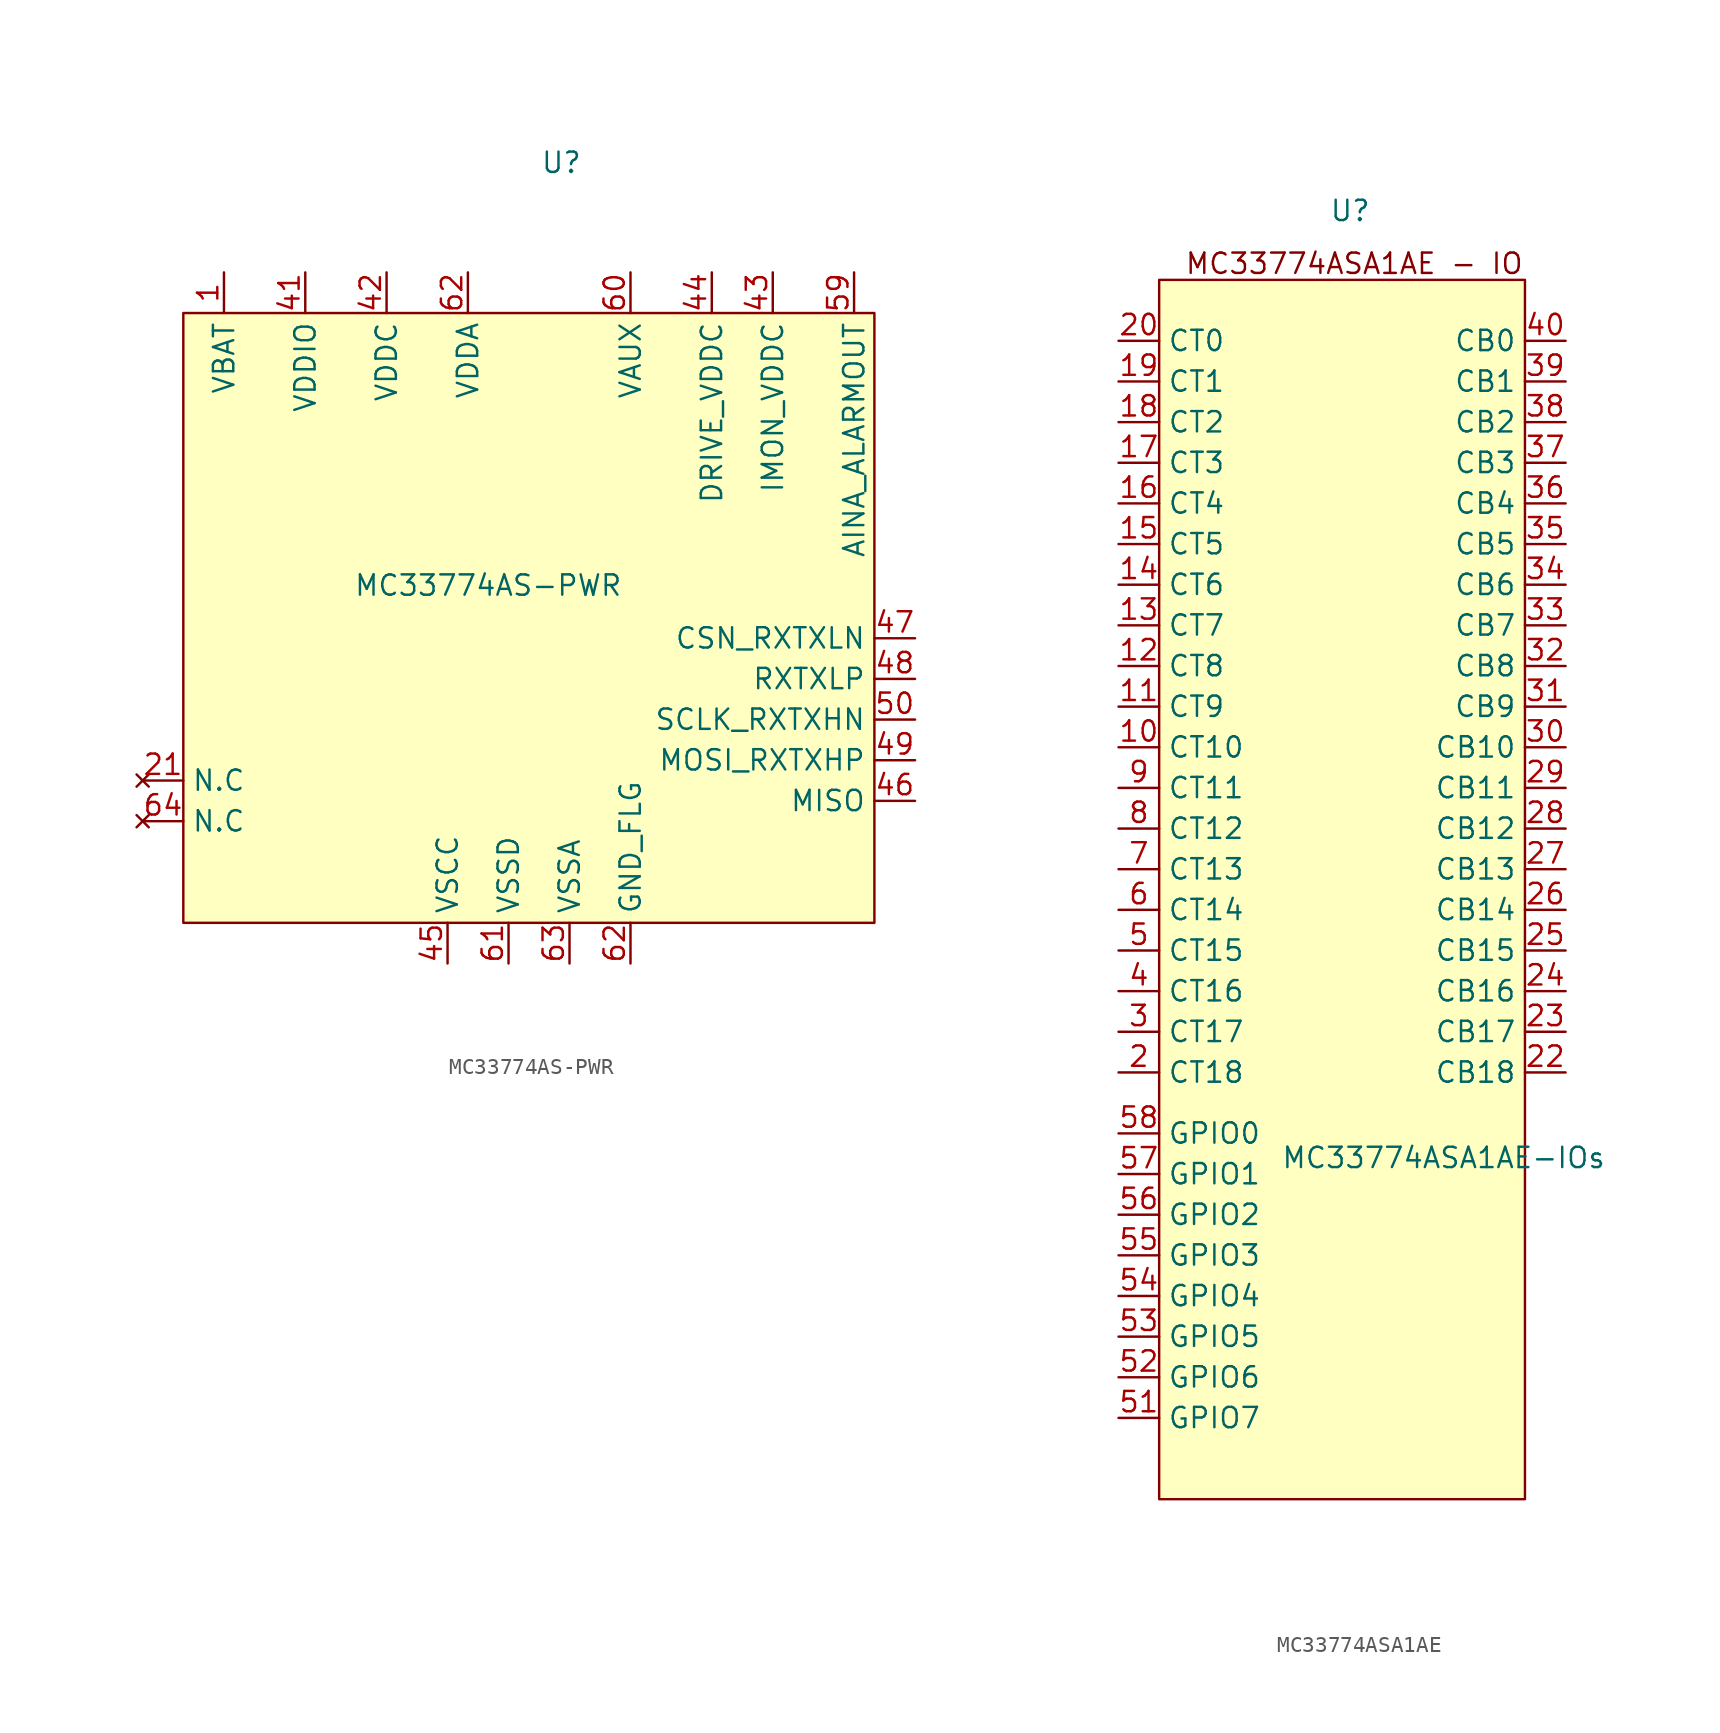
<source format=kicad_sym>
(kicad_symbol_lib
  (version 20231120)
  (generator "kicad_symbol_editor")
  (generator_version "8.0")
  (symbol "MC33774AS-PWR"
    (power)
    (property "Reference" "U"
      (at 2.032 28.448 0)
      (effects (font (size 1.27 1.27))))
    (property "Value" "MC33774AS-PWR"
      (at -2.54 2.032 0)
      (effects (font (size 1.27 1.27))))
    (symbol "MC33774AS-PWR_1_1"
      (rectangle (start -21.59 19.05) (end 21.59 -19.05) (stroke (width 0) (type default)) (fill (type background)))
      (pin power_in line (at -19.05 21.59 270) (length 2.54) (name "VBAT" (effects (font (size 1.27 1.27)))) (number "1" (effects (font (size 1.27 1.27)))))
      (pin no_connect line (at -24.13 -10.16 0) (length 2.54) (name "N.C" (effects (font (size 1.27 1.27)))) (number "21" (effects (font (size 1.27 1.27)))))
      (pin power_in line (at -13.97 21.59 270) (length 2.54) (name "VDDIO" (effects (font (size 1.27 1.27)))) (number "41" (effects (font (size 1.27 1.27)))))
      (pin power_in line (at -8.89 21.59 270) (length 2.54) (name "VDDC" (effects (font (size 1.27 1.27)))) (number "42" (effects (font (size 1.27 1.27)))))
      (pin power_out line (at 15.24 21.59 270) (length 2.54) (name "IMON_VDDC" (effects (font (size 1.27 1.27)))) (number "43" (effects (font (size 1.27 1.27)))))
      (pin power_out line (at 11.43 21.59 270) (length 2.54) (name "DRIVE_VDDC" (effects (font (size 1.27 1.27)))) (number "44" (effects (font (size 1.27 1.27)))))
      (pin power_out line (at -5.08 -21.59 90) (length 2.54) (name "VSCC" (effects (font (size 1.27 1.27)))) (number "45" (effects (font (size 1.27 1.27)))))
      (pin bidirectional line (at 24.13 -11.43 180) (length 2.54) (name "MISO" (effects (font (size 1.27 1.27)))) (number "46" (effects (font (size 1.27 1.27)))))
      (pin bidirectional line (at 24.13 -1.27 180) (length 2.54) (name "CSN_RXTXLN" (effects (font (size 1.27 1.27)))) (number "47" (effects (font (size 1.27 1.27)))))
      (pin bidirectional line (at 24.13 -3.81 180) (length 2.54) (name "RXTXLP" (effects (font (size 1.27 1.27)))) (number "48" (effects (font (size 1.27 1.27)))))
      (pin bidirectional line (at 24.13 -8.89 180) (length 2.54) (name "MOSI_RXTXHP" (effects (font (size 1.27 1.27)))) (number "49" (effects (font (size 1.27 1.27)))))
      (pin bidirectional line (at 24.13 -6.35 180) (length 2.54) (name "SCLK_RXTXHN" (effects (font (size 1.27 1.27)))) (number "50" (effects (font (size 1.27 1.27)))))
      (pin power_out line (at 20.32 21.59 270) (length 2.54) (name "AINA_ALARMOUT" (effects (font (size 1.27 1.27)))) (number "59" (effects (font (size 1.27 1.27)))))
      (pin power_out line (at 6.35 21.59 270) (length 2.54) (name "VAUX" (effects (font (size 1.27 1.27)))) (number "60" (effects (font (size 1.27 1.27)))))
      (pin power_out line (at -1.27 -21.59 90) (length 2.54) (name "VSSD" (effects (font (size 1.27 1.27)))) (number "61" (effects (font (size 1.27 1.27)))))
      (pin power_out line (at 6.35 -21.59 90) (length 2.54) (name "GND_FLG" (effects (font (size 1.27 1.27)))) (number "62" (effects (font (size 1.27 1.27)))))
      (pin power_in line (at -3.81 21.59 270) (length 2.54) (name "VDDA" (effects (font (size 1.27 1.27)))) (number "62" (effects (font (size 1.27 1.27)))))
      (pin power_out line (at 2.54 -21.59 90) (length 2.54) (name "VSSA" (effects (font (size 1.27 1.27)))) (number "63" (effects (font (size 1.27 1.27)))))
      (pin no_connect line (at -24.13 -12.7 0) (length 2.54) (name "N.C" (effects (font (size 1.27 1.27)))) (number "64" (effects (font (size 1.27 1.27)))))))
  (symbol "MC33774ASA1AE"
    (property "Reference" "U"
      (at -0.762 42.418 0)
      (effects (font (size 1.27 1.27))))
    (property "Value" "MC33774ASA1AE-IOs"
      (at 5.08 -16.764 0)
      (effects (font (size 1.27 1.27))))
    (symbol "MC33774ASA1AE_1_1"
      (rectangle (start -12.7 38.1) (end 10.16 -38.1) (stroke (width 0) (type default)) (fill (type background)))
      (text "MC33774ASA1AE - IO" (at -0.508 39.116 0) (effects (font (size 1.27 1.27))))
      (pin passive line (at -15.24 8.89 0) (length 2.54) (name "CT10" (effects (font (size 1.27 1.27)))) (number "10" (effects (font (size 1.27 1.27)))))
      (pin passive line (at -15.24 11.43 0) (length 2.54) (name "CT9" (effects (font (size 1.27 1.27)))) (number "11" (effects (font (size 1.27 1.27)))))
      (pin passive line (at -15.24 13.97 0) (length 2.54) (name "CT8" (effects (font (size 1.27 1.27)))) (number "12" (effects (font (size 1.27 1.27)))))
      (pin passive line (at -15.24 16.51 0) (length 2.54) (name "CT7" (effects (font (size 1.27 1.27)))) (number "13" (effects (font (size 1.27 1.27)))))
      (pin passive line (at -15.24 19.05 0) (length 2.54) (name "CT6" (effects (font (size 1.27 1.27)))) (number "14" (effects (font (size 1.27 1.27)))))
      (pin passive line (at -15.24 21.59 0) (length 2.54) (name "CT5" (effects (font (size 1.27 1.27)))) (number "15" (effects (font (size 1.27 1.27)))))
      (pin passive line (at -15.24 24.13 0) (length 2.54) (name "CT4" (effects (font (size 1.27 1.27)))) (number "16" (effects (font (size 1.27 1.27)))))
      (pin passive line (at -15.24 26.67 0) (length 2.54) (name "CT3" (effects (font (size 1.27 1.27)))) (number "17" (effects (font (size 1.27 1.27)))))
      (pin passive line (at -15.24 29.21 0) (length 2.54) (name "CT2" (effects (font (size 1.27 1.27)))) (number "18" (effects (font (size 1.27 1.27)))))
      (pin passive line (at -15.24 31.75 0) (length 2.54) (name "CT1" (effects (font (size 1.27 1.27)))) (number "19" (effects (font (size 1.27 1.27)))))
      (pin passive line (at -15.24 -11.43 0) (length 2.54) (name "CT18" (effects (font (size 1.27 1.27)))) (number "2" (effects (font (size 1.27 1.27)))))
      (pin passive line (at -15.24 34.29 0) (length 2.54) (name "CT0" (effects (font (size 1.27 1.27)))) (number "20" (effects (font (size 1.27 1.27)))))
      (pin passive line (at 12.7 -11.43 180) (length 2.54) (name "CB18" (effects (font (size 1.27 1.27)))) (number "22" (effects (font (size 1.27 1.27)))))
      (pin passive line (at 12.7 -8.89 180) (length 2.54) (name "CB17" (effects (font (size 1.27 1.27)))) (number "23" (effects (font (size 1.27 1.27)))))
      (pin passive line (at 12.7 -6.35 180) (length 2.54) (name "CB16" (effects (font (size 1.27 1.27)))) (number "24" (effects (font (size 1.27 1.27)))))
      (pin passive line (at 12.7 -3.81 180) (length 2.54) (name "CB15" (effects (font (size 1.27 1.27)))) (number "25" (effects (font (size 1.27 1.27)))))
      (pin passive line (at 12.7 -1.27 180) (length 2.54) (name "CB14" (effects (font (size 1.27 1.27)))) (number "26" (effects (font (size 1.27 1.27)))))
      (pin passive line (at 12.7 1.27 180) (length 2.54) (name "CB13" (effects (font (size 1.27 1.27)))) (number "27" (effects (font (size 1.27 1.27)))))
      (pin passive line (at 12.7 3.81 180) (length 2.54) (name "CB12" (effects (font (size 1.27 1.27)))) (number "28" (effects (font (size 1.27 1.27)))))
      (pin passive line (at 12.7 6.35 180) (length 2.54) (name "CB11" (effects (font (size 1.27 1.27)))) (number "29" (effects (font (size 1.27 1.27)))))
      (pin passive line (at -15.24 -8.89 0) (length 2.54) (name "CT17" (effects (font (size 1.27 1.27)))) (number "3" (effects (font (size 1.27 1.27)))))
      (pin passive line (at 12.7 8.89 180) (length 2.54) (name "CB10" (effects (font (size 1.27 1.27)))) (number "30" (effects (font (size 1.27 1.27)))))
      (pin passive line (at 12.7 11.43 180) (length 2.54) (name "CB9" (effects (font (size 1.27 1.27)))) (number "31" (effects (font (size 1.27 1.27)))))
      (pin passive line (at 12.7 13.97 180) (length 2.54) (name "CB8" (effects (font (size 1.27 1.27)))) (number "32" (effects (font (size 1.27 1.27)))))
      (pin passive line (at 12.7 16.51 180) (length 2.54) (name "CB7" (effects (font (size 1.27 1.27)))) (number "33" (effects (font (size 1.27 1.27)))))
      (pin passive line (at 12.7 19.05 180) (length 2.54) (name "CB6" (effects (font (size 1.27 1.27)))) (number "34" (effects (font (size 1.27 1.27)))))
      (pin passive line (at 12.7 21.59 180) (length 2.54) (name "CB5" (effects (font (size 1.27 1.27)))) (number "35" (effects (font (size 1.27 1.27)))))
      (pin passive line (at 12.7 24.13 180) (length 2.54) (name "CB4" (effects (font (size 1.27 1.27)))) (number "36" (effects (font (size 1.27 1.27)))))
      (pin passive line (at 12.7 26.67 180) (length 2.54) (name "CB3" (effects (font (size 1.27 1.27)))) (number "37" (effects (font (size 1.27 1.27)))))
      (pin passive line (at 12.7 29.21 180) (length 2.54) (name "CB2" (effects (font (size 1.27 1.27)))) (number "38" (effects (font (size 1.27 1.27)))))
      (pin passive line (at 12.7 31.75 180) (length 2.54) (name "CB1" (effects (font (size 1.27 1.27)))) (number "39" (effects (font (size 1.27 1.27)))))
      (pin passive line (at -15.24 -6.35 0) (length 2.54) (name "CT16" (effects (font (size 1.27 1.27)))) (number "4" (effects (font (size 1.27 1.27)))))
      (pin passive line (at 12.7 34.29 180) (length 2.54) (name "CB0" (effects (font (size 1.27 1.27)))) (number "40" (effects (font (size 1.27 1.27)))))
      (pin passive line (at -15.24 -3.81 0) (length 2.54) (name "CT15" (effects (font (size 1.27 1.27)))) (number "5" (effects (font (size 1.27 1.27)))))
      (pin bidirectional line (at -15.24 -33.02 0) (length 2.54) (name "GPIO7" (effects (font (size 1.27 1.27)))) (number "51" (effects (font (size 1.27 1.27)))))
      (pin bidirectional line (at -15.24 -30.48 0) (length 2.54) (name "GPIO6" (effects (font (size 1.27 1.27)))) (number "52" (effects (font (size 1.27 1.27)))))
      (pin bidirectional line (at -15.24 -27.94 0) (length 2.54) (name "GPIO5" (effects (font (size 1.27 1.27)))) (number "53" (effects (font (size 1.27 1.27)))))
      (pin bidirectional line (at -15.24 -25.4 0) (length 2.54) (name "GPIO4" (effects (font (size 1.27 1.27)))) (number "54" (effects (font (size 1.27 1.27)))))
      (pin bidirectional line (at -15.24 -22.86 0) (length 2.54) (name "GPIO3" (effects (font (size 1.27 1.27)))) (number "55" (effects (font (size 1.27 1.27)))))
      (pin bidirectional line (at -15.24 -20.32 0) (length 2.54) (name "GPIO2" (effects (font (size 1.27 1.27)))) (number "56" (effects (font (size 1.27 1.27)))))
      (pin bidirectional line (at -15.24 -17.78 0) (length 2.54) (name "GPIO1" (effects (font (size 1.27 1.27)))) (number "57" (effects (font (size 1.27 1.27)))))
      (pin bidirectional line (at -15.24 -15.24 0) (length 2.54) (name "GPIO0" (effects (font (size 1.27 1.27)))) (number "58" (effects (font (size 1.27 1.27)))))
      (pin passive line (at -15.24 -1.27 0) (length 2.54) (name "CT14" (effects (font (size 1.27 1.27)))) (number "6" (effects (font (size 1.27 1.27)))))
      (pin passive line (at -15.24 1.27 0) (length 2.54) (name "CT13" (effects (font (size 1.27 1.27)))) (number "7" (effects (font (size 1.27 1.27)))))
      (pin passive line (at -15.24 3.81 0) (length 2.54) (name "CT12" (effects (font (size 1.27 1.27)))) (number "8" (effects (font (size 1.27 1.27)))))
      (pin passive line (at -15.24 6.35 0) (length 2.54) (name "CT11" (effects (font (size 1.27 1.27)))) (number "9" (effects (font (size 1.27 1.27))))))))
</source>
